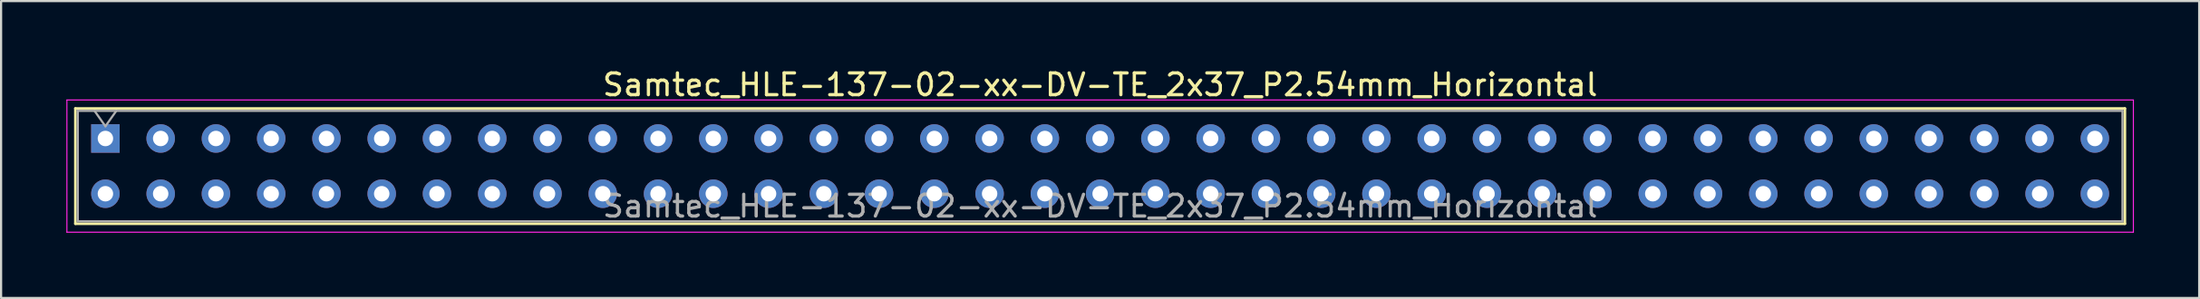
<source format=kicad_pcb>
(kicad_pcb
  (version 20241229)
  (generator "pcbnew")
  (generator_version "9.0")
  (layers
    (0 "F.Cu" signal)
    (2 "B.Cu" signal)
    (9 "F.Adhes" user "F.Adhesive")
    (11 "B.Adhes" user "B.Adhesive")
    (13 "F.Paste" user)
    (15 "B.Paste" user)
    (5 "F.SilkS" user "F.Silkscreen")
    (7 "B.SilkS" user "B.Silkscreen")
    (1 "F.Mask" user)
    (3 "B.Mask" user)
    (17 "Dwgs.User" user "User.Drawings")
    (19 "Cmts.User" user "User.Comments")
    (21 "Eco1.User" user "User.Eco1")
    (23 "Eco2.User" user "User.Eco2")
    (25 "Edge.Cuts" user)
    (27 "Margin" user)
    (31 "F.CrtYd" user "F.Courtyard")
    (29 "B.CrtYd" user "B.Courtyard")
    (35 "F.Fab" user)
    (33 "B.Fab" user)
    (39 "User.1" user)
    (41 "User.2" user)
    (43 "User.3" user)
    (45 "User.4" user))
  (footprint "Samtec_HLE-137-02-xx-DV-TE_2x37_P2.54mm_Horizontal"
    (layer "F.Cu")
    (at 1.795 3.318)
    (property "Reference" "Samtec_HLE-137-02-xx-DV-TE_2x37_P2.54mm_Horizontal" (at 45.72 -2.47 0) (layer "F.SilkS") (effects (font (size 1 1) (thickness 0.15))))
    (attr through_hole)
    (fp_line (start -1.38 -1.38) (end 92.82 -1.38) (stroke (width 0.12) (type solid)) (layer "F.SilkS"))
    (fp_line (start -1.38 3.92) (end -1.38 -1.38) (stroke (width 0.12) (type solid)) (layer "F.SilkS"))
    (fp_line (start 92.82 -1.38) (end 92.82 3.92) (stroke (width 0.12) (type solid)) (layer "F.SilkS"))
    (fp_line (start 92.82 3.92) (end -1.38 3.92) (stroke (width 0.12) (type solid)) (layer "F.SilkS"))
    (fp_line (start -1.77 -1.77) (end 93.21 -1.77) (stroke (width 0.05) (type solid)) (layer "F.CrtYd"))
    (fp_line (start -1.77 4.31) (end -1.77 -1.77) (stroke (width 0.05) (type solid)) (layer "F.CrtYd"))
    (fp_line (start 93.21 -1.77) (end 93.21 4.31) (stroke (width 0.05) (type solid)) (layer "F.CrtYd"))
    (fp_line (start 93.21 4.31) (end -1.77 4.31) (stroke (width 0.05) (type solid)) (layer "F.CrtYd"))
    (fp_line (start -1.27 -1.27) (end 92.71 -1.27) (stroke (width 0.1) (type solid)) (layer "F.Fab"))
    (fp_line (start -1.27 3.81) (end -1.27 -1.27) (stroke (width 0.1) (type solid)) (layer "F.Fab"))
    (fp_line (start -0.5 -1.27) (end 0 -0.563) (stroke (width 0.1) (type solid)) (layer "F.Fab"))
    (fp_line (start 0 -0.563) (end 0.5 -1.27) (stroke (width 0.1) (type solid)) (layer "F.Fab"))
    (fp_line (start 92.71 -1.27) (end 92.71 3.81) (stroke (width 0.1) (type solid)) (layer "F.Fab"))
    (fp_line (start 92.71 3.81) (end -1.27 3.81) (stroke (width 0.1) (type solid)) (layer "F.Fab"))
    (fp_text user "${REFERENCE}" (at 45.72 3.11 0) (layer "F.Fab") (effects (font (size 1 1) (thickness 0.15))))
    (pad "1" thru_hole rect (at 0 0) (size 1.31 1.31) (drill 0.71) (layers "*.Cu" "*.Mask"))
    (pad "2" thru_hole circle (at 0 2.54) (size 1.31 1.31) (drill 0.71) (layers "*.Cu" "*.Mask"))
    (pad "3" thru_hole circle (at 2.54 0) (size 1.31 1.31) (drill 0.71) (layers "*.Cu" "*.Mask"))
    (pad "4" thru_hole circle (at 2.54 2.54) (size 1.31 1.31) (drill 0.71) (layers "*.Cu" "*.Mask"))
    (pad "5" thru_hole circle (at 5.08 0) (size 1.31 1.31) (drill 0.71) (layers "*.Cu" "*.Mask"))
    (pad "6" thru_hole circle (at 5.08 2.54) (size 1.31 1.31) (drill 0.71) (layers "*.Cu" "*.Mask"))
    (pad "7" thru_hole circle (at 7.62 0) (size 1.31 1.31) (drill 0.71) (layers "*.Cu" "*.Mask"))
    (pad "8" thru_hole circle (at 7.62 2.54) (size 1.31 1.31) (drill 0.71) (layers "*.Cu" "*.Mask"))
    (pad "9" thru_hole circle (at 10.16 0) (size 1.31 1.31) (drill 0.71) (layers "*.Cu" "*.Mask"))
    (pad "10" thru_hole circle (at 10.16 2.54) (size 1.31 1.31) (drill 0.71) (layers "*.Cu" "*.Mask"))
    (pad "11" thru_hole circle (at 12.7 0) (size 1.31 1.31) (drill 0.71) (layers "*.Cu" "*.Mask"))
    (pad "12" thru_hole circle (at 12.7 2.54) (size 1.31 1.31) (drill 0.71) (layers "*.Cu" "*.Mask"))
    (pad "13" thru_hole circle (at 15.24 0) (size 1.31 1.31) (drill 0.71) (layers "*.Cu" "*.Mask"))
    (pad "14" thru_hole circle (at 15.24 2.54) (size 1.31 1.31) (drill 0.71) (layers "*.Cu" "*.Mask"))
    (pad "15" thru_hole circle (at 17.78 0) (size 1.31 1.31) (drill 0.71) (layers "*.Cu" "*.Mask"))
    (pad "16" thru_hole circle (at 17.78 2.54) (size 1.31 1.31) (drill 0.71) (layers "*.Cu" "*.Mask"))
    (pad "17" thru_hole circle (at 20.32 0) (size 1.31 1.31) (drill 0.71) (layers "*.Cu" "*.Mask"))
    (pad "18" thru_hole circle (at 20.32 2.54) (size 1.31 1.31) (drill 0.71) (layers "*.Cu" "*.Mask"))
    (pad "19" thru_hole circle (at 22.86 0) (size 1.31 1.31) (drill 0.71) (layers "*.Cu" "*.Mask"))
    (pad "20" thru_hole circle (at 22.86 2.54) (size 1.31 1.31) (drill 0.71) (layers "*.Cu" "*.Mask"))
    (pad "21" thru_hole circle (at 25.4 0) (size 1.31 1.31) (drill 0.71) (layers "*.Cu" "*.Mask"))
    (pad "22" thru_hole circle (at 25.4 2.54) (size 1.31 1.31) (drill 0.71) (layers "*.Cu" "*.Mask"))
    (pad "23" thru_hole circle (at 27.94 0) (size 1.31 1.31) (drill 0.71) (layers "*.Cu" "*.Mask"))
    (pad "24" thru_hole circle (at 27.94 2.54) (size 1.31 1.31) (drill 0.71) (layers "*.Cu" "*.Mask"))
    (pad "25" thru_hole circle (at 30.48 0) (size 1.31 1.31) (drill 0.71) (layers "*.Cu" "*.Mask"))
    (pad "26" thru_hole circle (at 30.48 2.54) (size 1.31 1.31) (drill 0.71) (layers "*.Cu" "*.Mask"))
    (pad "27" thru_hole circle (at 33.02 0) (size 1.31 1.31) (drill 0.71) (layers "*.Cu" "*.Mask"))
    (pad "28" thru_hole circle (at 33.02 2.54) (size 1.31 1.31) (drill 0.71) (layers "*.Cu" "*.Mask"))
    (pad "29" thru_hole circle (at 35.56 0) (size 1.31 1.31) (drill 0.71) (layers "*.Cu" "*.Mask"))
    (pad "30" thru_hole circle (at 35.56 2.54) (size 1.31 1.31) (drill 0.71) (layers "*.Cu" "*.Mask"))
    (pad "31" thru_hole circle (at 38.1 0) (size 1.31 1.31) (drill 0.71) (layers "*.Cu" "*.Mask"))
    (pad "32" thru_hole circle (at 38.1 2.54) (size 1.31 1.31) (drill 0.71) (layers "*.Cu" "*.Mask"))
    (pad "33" thru_hole circle (at 40.64 0) (size 1.31 1.31) (drill 0.71) (layers "*.Cu" "*.Mask"))
    (pad "34" thru_hole circle (at 40.64 2.54) (size 1.31 1.31) (drill 0.71) (layers "*.Cu" "*.Mask"))
    (pad "35" thru_hole circle (at 43.18 0) (size 1.31 1.31) (drill 0.71) (layers "*.Cu" "*.Mask"))
    (pad "36" thru_hole circle (at 43.18 2.54) (size 1.31 1.31) (drill 0.71) (layers "*.Cu" "*.Mask"))
    (pad "37" thru_hole circle (at 45.72 0) (size 1.31 1.31) (drill 0.71) (layers "*.Cu" "*.Mask"))
    (pad "38" thru_hole circle (at 45.72 2.54) (size 1.31 1.31) (drill 0.71) (layers "*.Cu" "*.Mask"))
    (pad "39" thru_hole circle (at 48.26 0) (size 1.31 1.31) (drill 0.71) (layers "*.Cu" "*.Mask"))
    (pad "40" thru_hole circle (at 48.26 2.54) (size 1.31 1.31) (drill 0.71) (layers "*.Cu" "*.Mask"))
    (pad "41" thru_hole circle (at 50.8 0) (size 1.31 1.31) (drill 0.71) (layers "*.Cu" "*.Mask"))
    (pad "42" thru_hole circle (at 50.8 2.54) (size 1.31 1.31) (drill 0.71) (layers "*.Cu" "*.Mask"))
    (pad "43" thru_hole circle (at 53.34 0) (size 1.31 1.31) (drill 0.71) (layers "*.Cu" "*.Mask"))
    (pad "44" thru_hole circle (at 53.34 2.54) (size 1.31 1.31) (drill 0.71) (layers "*.Cu" "*.Mask"))
    (pad "45" thru_hole circle (at 55.88 0) (size 1.31 1.31) (drill 0.71) (layers "*.Cu" "*.Mask"))
    (pad "46" thru_hole circle (at 55.88 2.54) (size 1.31 1.31) (drill 0.71) (layers "*.Cu" "*.Mask"))
    (pad "47" thru_hole circle (at 58.42 0) (size 1.31 1.31) (drill 0.71) (layers "*.Cu" "*.Mask"))
    (pad "48" thru_hole circle (at 58.42 2.54) (size 1.31 1.31) (drill 0.71) (layers "*.Cu" "*.Mask"))
    (pad "49" thru_hole circle (at 60.96 0) (size 1.31 1.31) (drill 0.71) (layers "*.Cu" "*.Mask"))
    (pad "50" thru_hole circle (at 60.96 2.54) (size 1.31 1.31) (drill 0.71) (layers "*.Cu" "*.Mask"))
    (pad "51" thru_hole circle (at 63.5 0) (size 1.31 1.31) (drill 0.71) (layers "*.Cu" "*.Mask"))
    (pad "52" thru_hole circle (at 63.5 2.54) (size 1.31 1.31) (drill 0.71) (layers "*.Cu" "*.Mask"))
    (pad "53" thru_hole circle (at 66.04 0) (size 1.31 1.31) (drill 0.71) (layers "*.Cu" "*.Mask"))
    (pad "54" thru_hole circle (at 66.04 2.54) (size 1.31 1.31) (drill 0.71) (layers "*.Cu" "*.Mask"))
    (pad "55" thru_hole circle (at 68.58 0) (size 1.31 1.31) (drill 0.71) (layers "*.Cu" "*.Mask"))
    (pad "56" thru_hole circle (at 68.58 2.54) (size 1.31 1.31) (drill 0.71) (layers "*.Cu" "*.Mask"))
    (pad "57" thru_hole circle (at 71.12 0) (size 1.31 1.31) (drill 0.71) (layers "*.Cu" "*.Mask"))
    (pad "58" thru_hole circle (at 71.12 2.54) (size 1.31 1.31) (drill 0.71) (layers "*.Cu" "*.Mask"))
    (pad "59" thru_hole circle (at 73.66 0) (size 1.31 1.31) (drill 0.71) (layers "*.Cu" "*.Mask"))
    (pad "60" thru_hole circle (at 73.66 2.54) (size 1.31 1.31) (drill 0.71) (layers "*.Cu" "*.Mask"))
    (pad "61" thru_hole circle (at 76.2 0) (size 1.31 1.31) (drill 0.71) (layers "*.Cu" "*.Mask"))
    (pad "62" thru_hole circle (at 76.2 2.54) (size 1.31 1.31) (drill 0.71) (layers "*.Cu" "*.Mask"))
    (pad "63" thru_hole circle (at 78.74 0) (size 1.31 1.31) (drill 0.71) (layers "*.Cu" "*.Mask"))
    (pad "64" thru_hole circle (at 78.74 2.54) (size 1.31 1.31) (drill 0.71) (layers "*.Cu" "*.Mask"))
    (pad "65" thru_hole circle (at 81.28 0) (size 1.31 1.31) (drill 0.71) (layers "*.Cu" "*.Mask"))
    (pad "66" thru_hole circle (at 81.28 2.54) (size 1.31 1.31) (drill 0.71) (layers "*.Cu" "*.Mask"))
    (pad "67" thru_hole circle (at 83.82 0) (size 1.31 1.31) (drill 0.71) (layers "*.Cu" "*.Mask"))
    (pad "68" thru_hole circle (at 83.82 2.54) (size 1.31 1.31) (drill 0.71) (layers "*.Cu" "*.Mask"))
    (pad "69" thru_hole circle (at 86.36 0) (size 1.31 1.31) (drill 0.71) (layers "*.Cu" "*.Mask"))
    (pad "70" thru_hole circle (at 86.36 2.54) (size 1.31 1.31) (drill 0.71) (layers "*.Cu" "*.Mask"))
    (pad "71" thru_hole circle (at 88.9 0) (size 1.31 1.31) (drill 0.71) (layers "*.Cu" "*.Mask"))
    (pad "72" thru_hole circle (at 88.9 2.54) (size 1.31 1.31) (drill 0.71) (layers "*.Cu" "*.Mask"))
    (pad "73" thru_hole circle (at 91.44 0) (size 1.31 1.31) (drill 0.71) (layers "*.Cu" "*.Mask"))
    (pad "74" thru_hole circle (at 91.44 2.54) (size 1.31 1.31) (drill 0.71) (layers "*.Cu" "*.Mask")))
  (gr_rect
    (start -3 -3)
    (end 98.03 10.653)
    (stroke (width 0.1) (type default))
    (fill no)
    (layer "Edge.Cuts")))
</source>
